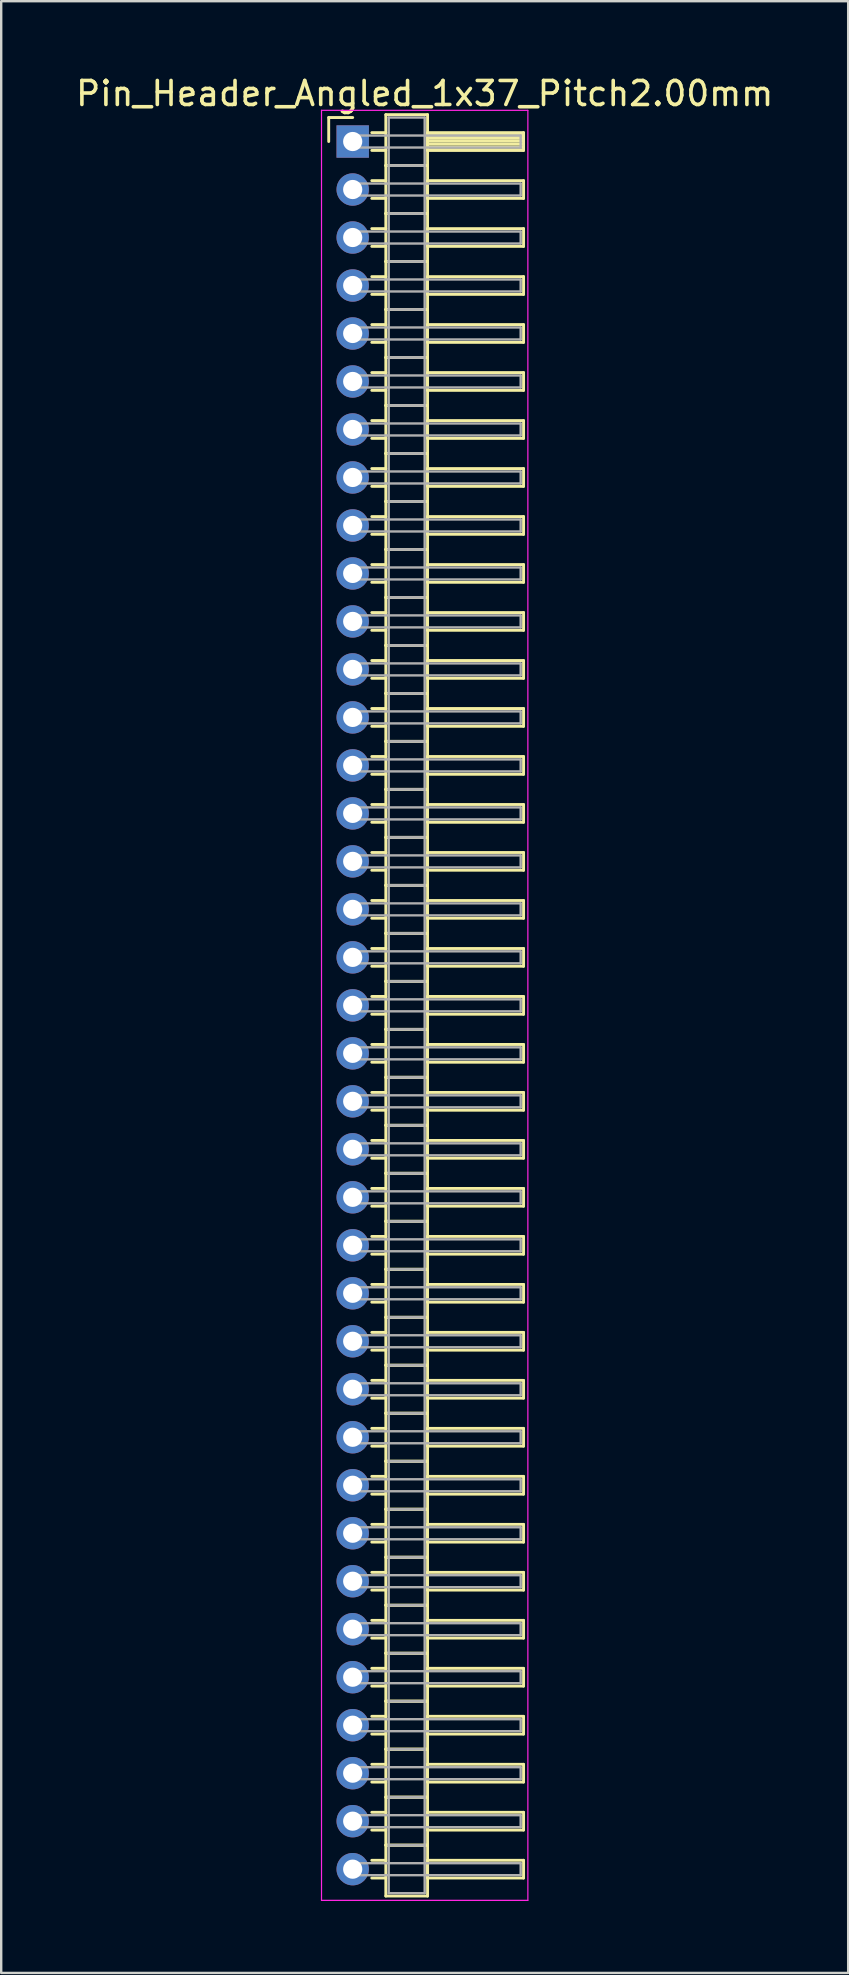
<source format=kicad_pcb>
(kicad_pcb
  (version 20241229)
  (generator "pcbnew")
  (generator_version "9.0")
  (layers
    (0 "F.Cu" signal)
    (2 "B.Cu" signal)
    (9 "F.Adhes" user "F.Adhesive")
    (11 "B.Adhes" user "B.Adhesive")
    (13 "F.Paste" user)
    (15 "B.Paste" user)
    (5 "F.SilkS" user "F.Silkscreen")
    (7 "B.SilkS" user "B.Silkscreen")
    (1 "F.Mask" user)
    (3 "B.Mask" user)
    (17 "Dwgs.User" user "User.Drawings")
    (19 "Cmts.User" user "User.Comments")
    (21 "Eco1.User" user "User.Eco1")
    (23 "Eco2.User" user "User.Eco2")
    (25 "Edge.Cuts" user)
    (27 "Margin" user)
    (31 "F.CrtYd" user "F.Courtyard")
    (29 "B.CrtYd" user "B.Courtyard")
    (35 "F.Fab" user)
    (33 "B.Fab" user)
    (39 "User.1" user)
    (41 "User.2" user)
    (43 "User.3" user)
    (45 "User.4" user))
  (footprint "Pin_Header_Angled_1x37_Pitch2.00mm"
    (layer "F.Cu")
    (at 11.649 2.848)
    (property "Reference" "Pin_Header_Angled_1x37_Pitch2.00mm" (at 3 -2 0) (layer "F.SilkS") (effects (font (size 1 1) (thickness 0.15))))
    (attr through_hole)
    (fp_line (start -1 -1) (end 0 -1) (stroke (width 0.12) (type solid)) (layer "F.SilkS"))
    (fp_line (start -1 0) (end -1 -1) (stroke (width 0.12) (type solid)) (layer "F.SilkS"))
    (fp_line (start 0.795 -0.37) (end 1.38 -0.37) (stroke (width 0.12) (type solid)) (layer "F.SilkS"))
    (fp_line (start 0.795 0.37) (end 1.38 0.37) (stroke (width 0.12) (type solid)) (layer "F.SilkS"))
    (fp_line (start 0.795 1.63) (end 1.38 1.63) (stroke (width 0.12) (type solid)) (layer "F.SilkS"))
    (fp_line (start 0.795 2.37) (end 1.38 2.37) (stroke (width 0.12) (type solid)) (layer "F.SilkS"))
    (fp_line (start 0.795 3.63) (end 1.38 3.63) (stroke (width 0.12) (type solid)) (layer "F.SilkS"))
    (fp_line (start 0.795 4.37) (end 1.38 4.37) (stroke (width 0.12) (type solid)) (layer "F.SilkS"))
    (fp_line (start 0.795 5.63) (end 1.38 5.63) (stroke (width 0.12) (type solid)) (layer "F.SilkS"))
    (fp_line (start 0.795 6.37) (end 1.38 6.37) (stroke (width 0.12) (type solid)) (layer "F.SilkS"))
    (fp_line (start 0.795 7.63) (end 1.38 7.63) (stroke (width 0.12) (type solid)) (layer "F.SilkS"))
    (fp_line (start 0.795 8.37) (end 1.38 8.37) (stroke (width 0.12) (type solid)) (layer "F.SilkS"))
    (fp_line (start 0.795 9.63) (end 1.38 9.63) (stroke (width 0.12) (type solid)) (layer "F.SilkS"))
    (fp_line (start 0.795 10.37) (end 1.38 10.37) (stroke (width 0.12) (type solid)) (layer "F.SilkS"))
    (fp_line (start 0.795 11.63) (end 1.38 11.63) (stroke (width 0.12) (type solid)) (layer "F.SilkS"))
    (fp_line (start 0.795 12.37) (end 1.38 12.37) (stroke (width 0.12) (type solid)) (layer "F.SilkS"))
    (fp_line (start 0.795 13.63) (end 1.38 13.63) (stroke (width 0.12) (type solid)) (layer "F.SilkS"))
    (fp_line (start 0.795 14.37) (end 1.38 14.37) (stroke (width 0.12) (type solid)) (layer "F.SilkS"))
    (fp_line (start 0.795 15.63) (end 1.38 15.63) (stroke (width 0.12) (type solid)) (layer "F.SilkS"))
    (fp_line (start 0.795 16.37) (end 1.38 16.37) (stroke (width 0.12) (type solid)) (layer "F.SilkS"))
    (fp_line (start 0.795 17.63) (end 1.38 17.63) (stroke (width 0.12) (type solid)) (layer "F.SilkS"))
    (fp_line (start 0.795 18.37) (end 1.38 18.37) (stroke (width 0.12) (type solid)) (layer "F.SilkS"))
    (fp_line (start 0.795 19.63) (end 1.38 19.63) (stroke (width 0.12) (type solid)) (layer "F.SilkS"))
    (fp_line (start 0.795 20.37) (end 1.38 20.37) (stroke (width 0.12) (type solid)) (layer "F.SilkS"))
    (fp_line (start 0.795 21.63) (end 1.38 21.63) (stroke (width 0.12) (type solid)) (layer "F.SilkS"))
    (fp_line (start 0.795 22.37) (end 1.38 22.37) (stroke (width 0.12) (type solid)) (layer "F.SilkS"))
    (fp_line (start 0.795 23.63) (end 1.38 23.63) (stroke (width 0.12) (type solid)) (layer "F.SilkS"))
    (fp_line (start 0.795 24.37) (end 1.38 24.37) (stroke (width 0.12) (type solid)) (layer "F.SilkS"))
    (fp_line (start 0.795 25.63) (end 1.38 25.63) (stroke (width 0.12) (type solid)) (layer "F.SilkS"))
    (fp_line (start 0.795 26.37) (end 1.38 26.37) (stroke (width 0.12) (type solid)) (layer "F.SilkS"))
    (fp_line (start 0.795 27.63) (end 1.38 27.63) (stroke (width 0.12) (type solid)) (layer "F.SilkS"))
    (fp_line (start 0.795 28.37) (end 1.38 28.37) (stroke (width 0.12) (type solid)) (layer "F.SilkS"))
    (fp_line (start 0.795 29.63) (end 1.38 29.63) (stroke (width 0.12) (type solid)) (layer "F.SilkS"))
    (fp_line (start 0.795 30.37) (end 1.38 30.37) (stroke (width 0.12) (type solid)) (layer "F.SilkS"))
    (fp_line (start 0.795 31.63) (end 1.38 31.63) (stroke (width 0.12) (type solid)) (layer "F.SilkS"))
    (fp_line (start 0.795 32.37) (end 1.38 32.37) (stroke (width 0.12) (type solid)) (layer "F.SilkS"))
    (fp_line (start 0.795 33.63) (end 1.38 33.63) (stroke (width 0.12) (type solid)) (layer "F.SilkS"))
    (fp_line (start 0.795 34.37) (end 1.38 34.37) (stroke (width 0.12) (type solid)) (layer "F.SilkS"))
    (fp_line (start 0.795 35.63) (end 1.38 35.63) (stroke (width 0.12) (type solid)) (layer "F.SilkS"))
    (fp_line (start 0.795 36.37) (end 1.38 36.37) (stroke (width 0.12) (type solid)) (layer "F.SilkS"))
    (fp_line (start 0.795 37.63) (end 1.38 37.63) (stroke (width 0.12) (type solid)) (layer "F.SilkS"))
    (fp_line (start 0.795 38.37) (end 1.38 38.37) (stroke (width 0.12) (type solid)) (layer "F.SilkS"))
    (fp_line (start 0.795 39.63) (end 1.38 39.63) (stroke (width 0.12) (type solid)) (layer "F.SilkS"))
    (fp_line (start 0.795 40.37) (end 1.38 40.37) (stroke (width 0.12) (type solid)) (layer "F.SilkS"))
    (fp_line (start 0.795 41.63) (end 1.38 41.63) (stroke (width 0.12) (type solid)) (layer "F.SilkS"))
    (fp_line (start 0.795 42.37) (end 1.38 42.37) (stroke (width 0.12) (type solid)) (layer "F.SilkS"))
    (fp_line (start 0.795 43.63) (end 1.38 43.63) (stroke (width 0.12) (type solid)) (layer "F.SilkS"))
    (fp_line (start 0.795 44.37) (end 1.38 44.37) (stroke (width 0.12) (type solid)) (layer "F.SilkS"))
    (fp_line (start 0.795 45.63) (end 1.38 45.63) (stroke (width 0.12) (type solid)) (layer "F.SilkS"))
    (fp_line (start 0.795 46.37) (end 1.38 46.37) (stroke (width 0.12) (type solid)) (layer "F.SilkS"))
    (fp_line (start 0.795 47.63) (end 1.38 47.63) (stroke (width 0.12) (type solid)) (layer "F.SilkS"))
    (fp_line (start 0.795 48.37) (end 1.38 48.37) (stroke (width 0.12) (type solid)) (layer "F.SilkS"))
    (fp_line (start 0.795 49.63) (end 1.38 49.63) (stroke (width 0.12) (type solid)) (layer "F.SilkS"))
    (fp_line (start 0.795 50.37) (end 1.38 50.37) (stroke (width 0.12) (type solid)) (layer "F.SilkS"))
    (fp_line (start 0.795 51.63) (end 1.38 51.63) (stroke (width 0.12) (type solid)) (layer "F.SilkS"))
    (fp_line (start 0.795 52.37) (end 1.38 52.37) (stroke (width 0.12) (type solid)) (layer "F.SilkS"))
    (fp_line (start 0.795 53.63) (end 1.38 53.63) (stroke (width 0.12) (type solid)) (layer "F.SilkS"))
    (fp_line (start 0.795 54.37) (end 1.38 54.37) (stroke (width 0.12) (type solid)) (layer "F.SilkS"))
    (fp_line (start 0.795 55.63) (end 1.38 55.63) (stroke (width 0.12) (type solid)) (layer "F.SilkS"))
    (fp_line (start 0.795 56.37) (end 1.38 56.37) (stroke (width 0.12) (type solid)) (layer "F.SilkS"))
    (fp_line (start 0.795 57.63) (end 1.38 57.63) (stroke (width 0.12) (type solid)) (layer "F.SilkS"))
    (fp_line (start 0.795 58.37) (end 1.38 58.37) (stroke (width 0.12) (type solid)) (layer "F.SilkS"))
    (fp_line (start 0.795 59.63) (end 1.38 59.63) (stroke (width 0.12) (type solid)) (layer "F.SilkS"))
    (fp_line (start 0.795 60.37) (end 1.38 60.37) (stroke (width 0.12) (type solid)) (layer "F.SilkS"))
    (fp_line (start 0.795 61.63) (end 1.38 61.63) (stroke (width 0.12) (type solid)) (layer "F.SilkS"))
    (fp_line (start 0.795 62.37) (end 1.38 62.37) (stroke (width 0.12) (type solid)) (layer "F.SilkS"))
    (fp_line (start 0.795 63.63) (end 1.38 63.63) (stroke (width 0.12) (type solid)) (layer "F.SilkS"))
    (fp_line (start 0.795 64.37) (end 1.38 64.37) (stroke (width 0.12) (type solid)) (layer "F.SilkS"))
    (fp_line (start 0.795 65.63) (end 1.38 65.63) (stroke (width 0.12) (type solid)) (layer "F.SilkS"))
    (fp_line (start 0.795 66.37) (end 1.38 66.37) (stroke (width 0.12) (type solid)) (layer "F.SilkS"))
    (fp_line (start 0.795 67.63) (end 1.38 67.63) (stroke (width 0.12) (type solid)) (layer "F.SilkS"))
    (fp_line (start 0.795 68.37) (end 1.38 68.37) (stroke (width 0.12) (type solid)) (layer "F.SilkS"))
    (fp_line (start 0.795 69.63) (end 1.38 69.63) (stroke (width 0.12) (type solid)) (layer "F.SilkS"))
    (fp_line (start 0.795 70.37) (end 1.38 70.37) (stroke (width 0.12) (type solid)) (layer "F.SilkS"))
    (fp_line (start 0.795 71.63) (end 1.38 71.63) (stroke (width 0.12) (type solid)) (layer "F.SilkS"))
    (fp_line (start 0.795 72.37) (end 1.38 72.37) (stroke (width 0.12) (type solid)) (layer "F.SilkS"))
    (fp_line (start 1.38 -1.12) (end 1.38 1) (stroke (width 0.12) (type solid)) (layer "F.SilkS"))
    (fp_line (start 1.38 1) (end 1.38 3) (stroke (width 0.12) (type solid)) (layer "F.SilkS"))
    (fp_line (start 1.38 1) (end 3.12 1) (stroke (width 0.12) (type solid)) (layer "F.SilkS"))
    (fp_line (start 1.38 3) (end 1.38 5) (stroke (width 0.12) (type solid)) (layer "F.SilkS"))
    (fp_line (start 1.38 3) (end 3.12 3) (stroke (width 0.12) (type solid)) (layer "F.SilkS"))
    (fp_line (start 1.38 5) (end 1.38 7) (stroke (width 0.12) (type solid)) (layer "F.SilkS"))
    (fp_line (start 1.38 5) (end 3.12 5) (stroke (width 0.12) (type solid)) (layer "F.SilkS"))
    (fp_line (start 1.38 7) (end 1.38 9) (stroke (width 0.12) (type solid)) (layer "F.SilkS"))
    (fp_line (start 1.38 7) (end 3.12 7) (stroke (width 0.12) (type solid)) (layer "F.SilkS"))
    (fp_line (start 1.38 9) (end 1.38 11) (stroke (width 0.12) (type solid)) (layer "F.SilkS"))
    (fp_line (start 1.38 9) (end 3.12 9) (stroke (width 0.12) (type solid)) (layer "F.SilkS"))
    (fp_line (start 1.38 11) (end 1.38 13) (stroke (width 0.12) (type solid)) (layer "F.SilkS"))
    (fp_line (start 1.38 11) (end 3.12 11) (stroke (width 0.12) (type solid)) (layer "F.SilkS"))
    (fp_line (start 1.38 13) (end 1.38 15) (stroke (width 0.12) (type solid)) (layer "F.SilkS"))
    (fp_line (start 1.38 13) (end 3.12 13) (stroke (width 0.12) (type solid)) (layer "F.SilkS"))
    (fp_line (start 1.38 15) (end 1.38 17) (stroke (width 0.12) (type solid)) (layer "F.SilkS"))
    (fp_line (start 1.38 15) (end 3.12 15) (stroke (width 0.12) (type solid)) (layer "F.SilkS"))
    (fp_line (start 1.38 17) (end 1.38 19) (stroke (width 0.12) (type solid)) (layer "F.SilkS"))
    (fp_line (start 1.38 17) (end 3.12 17) (stroke (width 0.12) (type solid)) (layer "F.SilkS"))
    (fp_line (start 1.38 19) (end 1.38 21) (stroke (width 0.12) (type solid)) (layer "F.SilkS"))
    (fp_line (start 1.38 19) (end 3.12 19) (stroke (width 0.12) (type solid)) (layer "F.SilkS"))
    (fp_line (start 1.38 21) (end 1.38 23) (stroke (width 0.12) (type solid)) (layer "F.SilkS"))
    (fp_line (start 1.38 21) (end 3.12 21) (stroke (width 0.12) (type solid)) (layer "F.SilkS"))
    (fp_line (start 1.38 23) (end 1.38 25) (stroke (width 0.12) (type solid)) (layer "F.SilkS"))
    (fp_line (start 1.38 23) (end 3.12 23) (stroke (width 0.12) (type solid)) (layer "F.SilkS"))
    (fp_line (start 1.38 25) (end 1.38 27) (stroke (width 0.12) (type solid)) (layer "F.SilkS"))
    (fp_line (start 1.38 25) (end 3.12 25) (stroke (width 0.12) (type solid)) (layer "F.SilkS"))
    (fp_line (start 1.38 27) (end 1.38 29) (stroke (width 0.12) (type solid)) (layer "F.SilkS"))
    (fp_line (start 1.38 27) (end 3.12 27) (stroke (width 0.12) (type solid)) (layer "F.SilkS"))
    (fp_line (start 1.38 29) (end 1.38 31) (stroke (width 0.12) (type solid)) (layer "F.SilkS"))
    (fp_line (start 1.38 29) (end 3.12 29) (stroke (width 0.12) (type solid)) (layer "F.SilkS"))
    (fp_line (start 1.38 31) (end 1.38 33) (stroke (width 0.12) (type solid)) (layer "F.SilkS"))
    (fp_line (start 1.38 31) (end 3.12 31) (stroke (width 0.12) (type solid)) (layer "F.SilkS"))
    (fp_line (start 1.38 33) (end 1.38 35) (stroke (width 0.12) (type solid)) (layer "F.SilkS"))
    (fp_line (start 1.38 33) (end 3.12 33) (stroke (width 0.12) (type solid)) (layer "F.SilkS"))
    (fp_line (start 1.38 35) (end 1.38 37) (stroke (width 0.12) (type solid)) (layer "F.SilkS"))
    (fp_line (start 1.38 35) (end 3.12 35) (stroke (width 0.12) (type solid)) (layer "F.SilkS"))
    (fp_line (start 1.38 37) (end 1.38 39) (stroke (width 0.12) (type solid)) (layer "F.SilkS"))
    (fp_line (start 1.38 37) (end 3.12 37) (stroke (width 0.12) (type solid)) (layer "F.SilkS"))
    (fp_line (start 1.38 39) (end 1.38 41) (stroke (width 0.12) (type solid)) (layer "F.SilkS"))
    (fp_line (start 1.38 39) (end 3.12 39) (stroke (width 0.12) (type solid)) (layer "F.SilkS"))
    (fp_line (start 1.38 41) (end 1.38 43) (stroke (width 0.12) (type solid)) (layer "F.SilkS"))
    (fp_line (start 1.38 41) (end 3.12 41) (stroke (width 0.12) (type solid)) (layer "F.SilkS"))
    (fp_line (start 1.38 43) (end 1.38 45) (stroke (width 0.12) (type solid)) (layer "F.SilkS"))
    (fp_line (start 1.38 43) (end 3.12 43) (stroke (width 0.12) (type solid)) (layer "F.SilkS"))
    (fp_line (start 1.38 45) (end 1.38 47) (stroke (width 0.12) (type solid)) (layer "F.SilkS"))
    (fp_line (start 1.38 45) (end 3.12 45) (stroke (width 0.12) (type solid)) (layer "F.SilkS"))
    (fp_line (start 1.38 47) (end 1.38 49) (stroke (width 0.12) (type solid)) (layer "F.SilkS"))
    (fp_line (start 1.38 47) (end 3.12 47) (stroke (width 0.12) (type solid)) (layer "F.SilkS"))
    (fp_line (start 1.38 49) (end 1.38 51) (stroke (width 0.12) (type solid)) (layer "F.SilkS"))
    (fp_line (start 1.38 49) (end 3.12 49) (stroke (width 0.12) (type solid)) (layer "F.SilkS"))
    (fp_line (start 1.38 51) (end 1.38 53) (stroke (width 0.12) (type solid)) (layer "F.SilkS"))
    (fp_line (start 1.38 51) (end 3.12 51) (stroke (width 0.12) (type solid)) (layer "F.SilkS"))
    (fp_line (start 1.38 53) (end 1.38 55) (stroke (width 0.12) (type solid)) (layer "F.SilkS"))
    (fp_line (start 1.38 53) (end 3.12 53) (stroke (width 0.12) (type solid)) (layer "F.SilkS"))
    (fp_line (start 1.38 55) (end 1.38 57) (stroke (width 0.12) (type solid)) (layer "F.SilkS"))
    (fp_line (start 1.38 55) (end 3.12 55) (stroke (width 0.12) (type solid)) (layer "F.SilkS"))
    (fp_line (start 1.38 57) (end 1.38 59) (stroke (width 0.12) (type solid)) (layer "F.SilkS"))
    (fp_line (start 1.38 57) (end 3.12 57) (stroke (width 0.12) (type solid)) (layer "F.SilkS"))
    (fp_line (start 1.38 59) (end 1.38 61) (stroke (width 0.12) (type solid)) (layer "F.SilkS"))
    (fp_line (start 1.38 59) (end 3.12 59) (stroke (width 0.12) (type solid)) (layer "F.SilkS"))
    (fp_line (start 1.38 61) (end 1.38 63) (stroke (width 0.12) (type solid)) (layer "F.SilkS"))
    (fp_line (start 1.38 61) (end 3.12 61) (stroke (width 0.12) (type solid)) (layer "F.SilkS"))
    (fp_line (start 1.38 63) (end 1.38 65) (stroke (width 0.12) (type solid)) (layer "F.SilkS"))
    (fp_line (start 1.38 63) (end 3.12 63) (stroke (width 0.12) (type solid)) (layer "F.SilkS"))
    (fp_line (start 1.38 65) (end 1.38 67) (stroke (width 0.12) (type solid)) (layer "F.SilkS"))
    (fp_line (start 1.38 65) (end 3.12 65) (stroke (width 0.12) (type solid)) (layer "F.SilkS"))
    (fp_line (start 1.38 67) (end 1.38 69) (stroke (width 0.12) (type solid)) (layer "F.SilkS"))
    (fp_line (start 1.38 67) (end 3.12 67) (stroke (width 0.12) (type solid)) (layer "F.SilkS"))
    (fp_line (start 1.38 69) (end 1.38 71) (stroke (width 0.12) (type solid)) (layer "F.SilkS"))
    (fp_line (start 1.38 69) (end 3.12 69) (stroke (width 0.12) (type solid)) (layer "F.SilkS"))
    (fp_line (start 1.38 71) (end 1.38 73.12) (stroke (width 0.12) (type solid)) (layer "F.SilkS"))
    (fp_line (start 1.38 71) (end 3.12 71) (stroke (width 0.12) (type solid)) (layer "F.SilkS"))
    (fp_line (start 1.38 73.12) (end 3.12 73.12) (stroke (width 0.12) (type solid)) (layer "F.SilkS"))
    (fp_line (start 3.12 -1.12) (end 1.38 -1.12) (stroke (width 0.12) (type solid)) (layer "F.SilkS"))
    (fp_line (start 3.12 -0.37) (end 3.12 0.37) (stroke (width 0.12) (type solid)) (layer "F.SilkS"))
    (fp_line (start 3.12 -0.25) (end 7.12 -0.25) (stroke (width 0.12) (type solid)) (layer "F.SilkS"))
    (fp_line (start 3.12 -0.13) (end 7.12 -0.13) (stroke (width 0.12) (type solid)) (layer "F.SilkS"))
    (fp_line (start 3.12 -0.01) (end 7.12 -0.01) (stroke (width 0.12) (type solid)) (layer "F.SilkS"))
    (fp_line (start 3.12 0.11) (end 7.12 0.11) (stroke (width 0.12) (type solid)) (layer "F.SilkS"))
    (fp_line (start 3.12 0.23) (end 7.12 0.23) (stroke (width 0.12) (type solid)) (layer "F.SilkS"))
    (fp_line (start 3.12 0.35) (end 7.12 0.35) (stroke (width 0.12) (type solid)) (layer "F.SilkS"))
    (fp_line (start 3.12 0.37) (end 7.12 0.37) (stroke (width 0.12) (type solid)) (layer "F.SilkS"))
    (fp_line (start 3.12 1) (end 1.38 1) (stroke (width 0.12) (type solid)) (layer "F.SilkS"))
    (fp_line (start 3.12 1) (end 3.12 -1.12) (stroke (width 0.12) (type solid)) (layer "F.SilkS"))
    (fp_line (start 3.12 1.63) (end 3.12 2.37) (stroke (width 0.12) (type solid)) (layer "F.SilkS"))
    (fp_line (start 3.12 2.37) (end 7.12 2.37) (stroke (width 0.12) (type solid)) (layer "F.SilkS"))
    (fp_line (start 3.12 3) (end 1.38 3) (stroke (width 0.12) (type solid)) (layer "F.SilkS"))
    (fp_line (start 3.12 3) (end 3.12 1) (stroke (width 0.12) (type solid)) (layer "F.SilkS"))
    (fp_line (start 3.12 3.63) (end 3.12 4.37) (stroke (width 0.12) (type solid)) (layer "F.SilkS"))
    (fp_line (start 3.12 4.37) (end 7.12 4.37) (stroke (width 0.12) (type solid)) (layer "F.SilkS"))
    (fp_line (start 3.12 5) (end 1.38 5) (stroke (width 0.12) (type solid)) (layer "F.SilkS"))
    (fp_line (start 3.12 5) (end 3.12 3) (stroke (width 0.12) (type solid)) (layer "F.SilkS"))
    (fp_line (start 3.12 5.63) (end 3.12 6.37) (stroke (width 0.12) (type solid)) (layer "F.SilkS"))
    (fp_line (start 3.12 6.37) (end 7.12 6.37) (stroke (width 0.12) (type solid)) (layer "F.SilkS"))
    (fp_line (start 3.12 7) (end 1.38 7) (stroke (width 0.12) (type solid)) (layer "F.SilkS"))
    (fp_line (start 3.12 7) (end 3.12 5) (stroke (width 0.12) (type solid)) (layer "F.SilkS"))
    (fp_line (start 3.12 7.63) (end 3.12 8.37) (stroke (width 0.12) (type solid)) (layer "F.SilkS"))
    (fp_line (start 3.12 8.37) (end 7.12 8.37) (stroke (width 0.12) (type solid)) (layer "F.SilkS"))
    (fp_line (start 3.12 9) (end 1.38 9) (stroke (width 0.12) (type solid)) (layer "F.SilkS"))
    (fp_line (start 3.12 9) (end 3.12 7) (stroke (width 0.12) (type solid)) (layer "F.SilkS"))
    (fp_line (start 3.12 9.63) (end 3.12 10.37) (stroke (width 0.12) (type solid)) (layer "F.SilkS"))
    (fp_line (start 3.12 10.37) (end 7.12 10.37) (stroke (width 0.12) (type solid)) (layer "F.SilkS"))
    (fp_line (start 3.12 11) (end 1.38 11) (stroke (width 0.12) (type solid)) (layer "F.SilkS"))
    (fp_line (start 3.12 11) (end 3.12 9) (stroke (width 0.12) (type solid)) (layer "F.SilkS"))
    (fp_line (start 3.12 11.63) (end 3.12 12.37) (stroke (width 0.12) (type solid)) (layer "F.SilkS"))
    (fp_line (start 3.12 12.37) (end 7.12 12.37) (stroke (width 0.12) (type solid)) (layer "F.SilkS"))
    (fp_line (start 3.12 13) (end 1.38 13) (stroke (width 0.12) (type solid)) (layer "F.SilkS"))
    (fp_line (start 3.12 13) (end 3.12 11) (stroke (width 0.12) (type solid)) (layer "F.SilkS"))
    (fp_line (start 3.12 13.63) (end 3.12 14.37) (stroke (width 0.12) (type solid)) (layer "F.SilkS"))
    (fp_line (start 3.12 14.37) (end 7.12 14.37) (stroke (width 0.12) (type solid)) (layer "F.SilkS"))
    (fp_line (start 3.12 15) (end 1.38 15) (stroke (width 0.12) (type solid)) (layer "F.SilkS"))
    (fp_line (start 3.12 15) (end 3.12 13) (stroke (width 0.12) (type solid)) (layer "F.SilkS"))
    (fp_line (start 3.12 15.63) (end 3.12 16.37) (stroke (width 0.12) (type solid)) (layer "F.SilkS"))
    (fp_line (start 3.12 16.37) (end 7.12 16.37) (stroke (width 0.12) (type solid)) (layer "F.SilkS"))
    (fp_line (start 3.12 17) (end 1.38 17) (stroke (width 0.12) (type solid)) (layer "F.SilkS"))
    (fp_line (start 3.12 17) (end 3.12 15) (stroke (width 0.12) (type solid)) (layer "F.SilkS"))
    (fp_line (start 3.12 17.63) (end 3.12 18.37) (stroke (width 0.12) (type solid)) (layer "F.SilkS"))
    (fp_line (start 3.12 18.37) (end 7.12 18.37) (stroke (width 0.12) (type solid)) (layer "F.SilkS"))
    (fp_line (start 3.12 19) (end 1.38 19) (stroke (width 0.12) (type solid)) (layer "F.SilkS"))
    (fp_line (start 3.12 19) (end 3.12 17) (stroke (width 0.12) (type solid)) (layer "F.SilkS"))
    (fp_line (start 3.12 19.63) (end 3.12 20.37) (stroke (width 0.12) (type solid)) (layer "F.SilkS"))
    (fp_line (start 3.12 20.37) (end 7.12 20.37) (stroke (width 0.12) (type solid)) (layer "F.SilkS"))
    (fp_line (start 3.12 21) (end 1.38 21) (stroke (width 0.12) (type solid)) (layer "F.SilkS"))
    (fp_line (start 3.12 21) (end 3.12 19) (stroke (width 0.12) (type solid)) (layer "F.SilkS"))
    (fp_line (start 3.12 21.63) (end 3.12 22.37) (stroke (width 0.12) (type solid)) (layer "F.SilkS"))
    (fp_line (start 3.12 22.37) (end 7.12 22.37) (stroke (width 0.12) (type solid)) (layer "F.SilkS"))
    (fp_line (start 3.12 23) (end 1.38 23) (stroke (width 0.12) (type solid)) (layer "F.SilkS"))
    (fp_line (start 3.12 23) (end 3.12 21) (stroke (width 0.12) (type solid)) (layer "F.SilkS"))
    (fp_line (start 3.12 23.63) (end 3.12 24.37) (stroke (width 0.12) (type solid)) (layer "F.SilkS"))
    (fp_line (start 3.12 24.37) (end 7.12 24.37) (stroke (width 0.12) (type solid)) (layer "F.SilkS"))
    (fp_line (start 3.12 25) (end 1.38 25) (stroke (width 0.12) (type solid)) (layer "F.SilkS"))
    (fp_line (start 3.12 25) (end 3.12 23) (stroke (width 0.12) (type solid)) (layer "F.SilkS"))
    (fp_line (start 3.12 25.63) (end 3.12 26.37) (stroke (width 0.12) (type solid)) (layer "F.SilkS"))
    (fp_line (start 3.12 26.37) (end 7.12 26.37) (stroke (width 0.12) (type solid)) (layer "F.SilkS"))
    (fp_line (start 3.12 27) (end 1.38 27) (stroke (width 0.12) (type solid)) (layer "F.SilkS"))
    (fp_line (start 3.12 27) (end 3.12 25) (stroke (width 0.12) (type solid)) (layer "F.SilkS"))
    (fp_line (start 3.12 27.63) (end 3.12 28.37) (stroke (width 0.12) (type solid)) (layer "F.SilkS"))
    (fp_line (start 3.12 28.37) (end 7.12 28.37) (stroke (width 0.12) (type solid)) (layer "F.SilkS"))
    (fp_line (start 3.12 29) (end 1.38 29) (stroke (width 0.12) (type solid)) (layer "F.SilkS"))
    (fp_line (start 3.12 29) (end 3.12 27) (stroke (width 0.12) (type solid)) (layer "F.SilkS"))
    (fp_line (start 3.12 29.63) (end 3.12 30.37) (stroke (width 0.12) (type solid)) (layer "F.SilkS"))
    (fp_line (start 3.12 30.37) (end 7.12 30.37) (stroke (width 0.12) (type solid)) (layer "F.SilkS"))
    (fp_line (start 3.12 31) (end 1.38 31) (stroke (width 0.12) (type solid)) (layer "F.SilkS"))
    (fp_line (start 3.12 31) (end 3.12 29) (stroke (width 0.12) (type solid)) (layer "F.SilkS"))
    (fp_line (start 3.12 31.63) (end 3.12 32.37) (stroke (width 0.12) (type solid)) (layer "F.SilkS"))
    (fp_line (start 3.12 32.37) (end 7.12 32.37) (stroke (width 0.12) (type solid)) (layer "F.SilkS"))
    (fp_line (start 3.12 33) (end 1.38 33) (stroke (width 0.12) (type solid)) (layer "F.SilkS"))
    (fp_line (start 3.12 33) (end 3.12 31) (stroke (width 0.12) (type solid)) (layer "F.SilkS"))
    (fp_line (start 3.12 33.63) (end 3.12 34.37) (stroke (width 0.12) (type solid)) (layer "F.SilkS"))
    (fp_line (start 3.12 34.37) (end 7.12 34.37) (stroke (width 0.12) (type solid)) (layer "F.SilkS"))
    (fp_line (start 3.12 35) (end 1.38 35) (stroke (width 0.12) (type solid)) (layer "F.SilkS"))
    (fp_line (start 3.12 35) (end 3.12 33) (stroke (width 0.12) (type solid)) (layer "F.SilkS"))
    (fp_line (start 3.12 35.63) (end 3.12 36.37) (stroke (width 0.12) (type solid)) (layer "F.SilkS"))
    (fp_line (start 3.12 36.37) (end 7.12 36.37) (stroke (width 0.12) (type solid)) (layer "F.SilkS"))
    (fp_line (start 3.12 37) (end 1.38 37) (stroke (width 0.12) (type solid)) (layer "F.SilkS"))
    (fp_line (start 3.12 37) (end 3.12 35) (stroke (width 0.12) (type solid)) (layer "F.SilkS"))
    (fp_line (start 3.12 37.63) (end 3.12 38.37) (stroke (width 0.12) (type solid)) (layer "F.SilkS"))
    (fp_line (start 3.12 38.37) (end 7.12 38.37) (stroke (width 0.12) (type solid)) (layer "F.SilkS"))
    (fp_line (start 3.12 39) (end 1.38 39) (stroke (width 0.12) (type solid)) (layer "F.SilkS"))
    (fp_line (start 3.12 39) (end 3.12 37) (stroke (width 0.12) (type solid)) (layer "F.SilkS"))
    (fp_line (start 3.12 39.63) (end 3.12 40.37) (stroke (width 0.12) (type solid)) (layer "F.SilkS"))
    (fp_line (start 3.12 40.37) (end 7.12 40.37) (stroke (width 0.12) (type solid)) (layer "F.SilkS"))
    (fp_line (start 3.12 41) (end 1.38 41) (stroke (width 0.12) (type solid)) (layer "F.SilkS"))
    (fp_line (start 3.12 41) (end 3.12 39) (stroke (width 0.12) (type solid)) (layer "F.SilkS"))
    (fp_line (start 3.12 41.63) (end 3.12 42.37) (stroke (width 0.12) (type solid)) (layer "F.SilkS"))
    (fp_line (start 3.12 42.37) (end 7.12 42.37) (stroke (width 0.12) (type solid)) (layer "F.SilkS"))
    (fp_line (start 3.12 43) (end 1.38 43) (stroke (width 0.12) (type solid)) (layer "F.SilkS"))
    (fp_line (start 3.12 43) (end 3.12 41) (stroke (width 0.12) (type solid)) (layer "F.SilkS"))
    (fp_line (start 3.12 43.63) (end 3.12 44.37) (stroke (width 0.12) (type solid)) (layer "F.SilkS"))
    (fp_line (start 3.12 44.37) (end 7.12 44.37) (stroke (width 0.12) (type solid)) (layer "F.SilkS"))
    (fp_line (start 3.12 45) (end 1.38 45) (stroke (width 0.12) (type solid)) (layer "F.SilkS"))
    (fp_line (start 3.12 45) (end 3.12 43) (stroke (width 0.12) (type solid)) (layer "F.SilkS"))
    (fp_line (start 3.12 45.63) (end 3.12 46.37) (stroke (width 0.12) (type solid)) (layer "F.SilkS"))
    (fp_line (start 3.12 46.37) (end 7.12 46.37) (stroke (width 0.12) (type solid)) (layer "F.SilkS"))
    (fp_line (start 3.12 47) (end 1.38 47) (stroke (width 0.12) (type solid)) (layer "F.SilkS"))
    (fp_line (start 3.12 47) (end 3.12 45) (stroke (width 0.12) (type solid)) (layer "F.SilkS"))
    (fp_line (start 3.12 47.63) (end 3.12 48.37) (stroke (width 0.12) (type solid)) (layer "F.SilkS"))
    (fp_line (start 3.12 48.37) (end 7.12 48.37) (stroke (width 0.12) (type solid)) (layer "F.SilkS"))
    (fp_line (start 3.12 49) (end 1.38 49) (stroke (width 0.12) (type solid)) (layer "F.SilkS"))
    (fp_line (start 3.12 49) (end 3.12 47) (stroke (width 0.12) (type solid)) (layer "F.SilkS"))
    (fp_line (start 3.12 49.63) (end 3.12 50.37) (stroke (width 0.12) (type solid)) (layer "F.SilkS"))
    (fp_line (start 3.12 50.37) (end 7.12 50.37) (stroke (width 0.12) (type solid)) (layer "F.SilkS"))
    (fp_line (start 3.12 51) (end 1.38 51) (stroke (width 0.12) (type solid)) (layer "F.SilkS"))
    (fp_line (start 3.12 51) (end 3.12 49) (stroke (width 0.12) (type solid)) (layer "F.SilkS"))
    (fp_line (start 3.12 51.63) (end 3.12 52.37) (stroke (width 0.12) (type solid)) (layer "F.SilkS"))
    (fp_line (start 3.12 52.37) (end 7.12 52.37) (stroke (width 0.12) (type solid)) (layer "F.SilkS"))
    (fp_line (start 3.12 53) (end 1.38 53) (stroke (width 0.12) (type solid)) (layer "F.SilkS"))
    (fp_line (start 3.12 53) (end 3.12 51) (stroke (width 0.12) (type solid)) (layer "F.SilkS"))
    (fp_line (start 3.12 53.63) (end 3.12 54.37) (stroke (width 0.12) (type solid)) (layer "F.SilkS"))
    (fp_line (start 3.12 54.37) (end 7.12 54.37) (stroke (width 0.12) (type solid)) (layer "F.SilkS"))
    (fp_line (start 3.12 55) (end 1.38 55) (stroke (width 0.12) (type solid)) (layer "F.SilkS"))
    (fp_line (start 3.12 55) (end 3.12 53) (stroke (width 0.12) (type solid)) (layer "F.SilkS"))
    (fp_line (start 3.12 55.63) (end 3.12 56.37) (stroke (width 0.12) (type solid)) (layer "F.SilkS"))
    (fp_line (start 3.12 56.37) (end 7.12 56.37) (stroke (width 0.12) (type solid)) (layer "F.SilkS"))
    (fp_line (start 3.12 57) (end 1.38 57) (stroke (width 0.12) (type solid)) (layer "F.SilkS"))
    (fp_line (start 3.12 57) (end 3.12 55) (stroke (width 0.12) (type solid)) (layer "F.SilkS"))
    (fp_line (start 3.12 57.63) (end 3.12 58.37) (stroke (width 0.12) (type solid)) (layer "F.SilkS"))
    (fp_line (start 3.12 58.37) (end 7.12 58.37) (stroke (width 0.12) (type solid)) (layer "F.SilkS"))
    (fp_line (start 3.12 59) (end 1.38 59) (stroke (width 0.12) (type solid)) (layer "F.SilkS"))
    (fp_line (start 3.12 59) (end 3.12 57) (stroke (width 0.12) (type solid)) (layer "F.SilkS"))
    (fp_line (start 3.12 59.63) (end 3.12 60.37) (stroke (width 0.12) (type solid)) (layer "F.SilkS"))
    (fp_line (start 3.12 60.37) (end 7.12 60.37) (stroke (width 0.12) (type solid)) (layer "F.SilkS"))
    (fp_line (start 3.12 61) (end 1.38 61) (stroke (width 0.12) (type solid)) (layer "F.SilkS"))
    (fp_line (start 3.12 61) (end 3.12 59) (stroke (width 0.12) (type solid)) (layer "F.SilkS"))
    (fp_line (start 3.12 61.63) (end 3.12 62.37) (stroke (width 0.12) (type solid)) (layer "F.SilkS"))
    (fp_line (start 3.12 62.37) (end 7.12 62.37) (stroke (width 0.12) (type solid)) (layer "F.SilkS"))
    (fp_line (start 3.12 63) (end 1.38 63) (stroke (width 0.12) (type solid)) (layer "F.SilkS"))
    (fp_line (start 3.12 63) (end 3.12 61) (stroke (width 0.12) (type solid)) (layer "F.SilkS"))
    (fp_line (start 3.12 63.63) (end 3.12 64.37) (stroke (width 0.12) (type solid)) (layer "F.SilkS"))
    (fp_line (start 3.12 64.37) (end 7.12 64.37) (stroke (width 0.12) (type solid)) (layer "F.SilkS"))
    (fp_line (start 3.12 65) (end 1.38 65) (stroke (width 0.12) (type solid)) (layer "F.SilkS"))
    (fp_line (start 3.12 65) (end 3.12 63) (stroke (width 0.12) (type solid)) (layer "F.SilkS"))
    (fp_line (start 3.12 65.63) (end 3.12 66.37) (stroke (width 0.12) (type solid)) (layer "F.SilkS"))
    (fp_line (start 3.12 66.37) (end 7.12 66.37) (stroke (width 0.12) (type solid)) (layer "F.SilkS"))
    (fp_line (start 3.12 67) (end 1.38 67) (stroke (width 0.12) (type solid)) (layer "F.SilkS"))
    (fp_line (start 3.12 67) (end 3.12 65) (stroke (width 0.12) (type solid)) (layer "F.SilkS"))
    (fp_line (start 3.12 67.63) (end 3.12 68.37) (stroke (width 0.12) (type solid)) (layer "F.SilkS"))
    (fp_line (start 3.12 68.37) (end 7.12 68.37) (stroke (width 0.12) (type solid)) (layer "F.SilkS"))
    (fp_line (start 3.12 69) (end 1.38 69) (stroke (width 0.12) (type solid)) (layer "F.SilkS"))
    (fp_line (start 3.12 69) (end 3.12 67) (stroke (width 0.12) (type solid)) (layer "F.SilkS"))
    (fp_line (start 3.12 69.63) (end 3.12 70.37) (stroke (width 0.12) (type solid)) (layer "F.SilkS"))
    (fp_line (start 3.12 70.37) (end 7.12 70.37) (stroke (width 0.12) (type solid)) (layer "F.SilkS"))
    (fp_line (start 3.12 71) (end 1.38 71) (stroke (width 0.12) (type solid)) (layer "F.SilkS"))
    (fp_line (start 3.12 71) (end 3.12 69) (stroke (width 0.12) (type solid)) (layer "F.SilkS"))
    (fp_line (start 3.12 71.63) (end 3.12 72.37) (stroke (width 0.12) (type solid)) (layer "F.SilkS"))
    (fp_line (start 3.12 72.37) (end 7.12 72.37) (stroke (width 0.12) (type solid)) (layer "F.SilkS"))
    (fp_line (start 3.12 73.12) (end 3.12 71) (stroke (width 0.12) (type solid)) (layer "F.SilkS"))
    (fp_line (start 7.12 -0.37) (end 3.12 -0.37) (stroke (width 0.12) (type solid)) (layer "F.SilkS"))
    (fp_line (start 7.12 0.37) (end 7.12 -0.37) (stroke (width 0.12) (type solid)) (layer "F.SilkS"))
    (fp_line (start 7.12 1.63) (end 3.12 1.63) (stroke (width 0.12) (type solid)) (layer "F.SilkS"))
    (fp_line (start 7.12 2.37) (end 7.12 1.63) (stroke (width 0.12) (type solid)) (layer "F.SilkS"))
    (fp_line (start 7.12 3.63) (end 3.12 3.63) (stroke (width 0.12) (type solid)) (layer "F.SilkS"))
    (fp_line (start 7.12 4.37) (end 7.12 3.63) (stroke (width 0.12) (type solid)) (layer "F.SilkS"))
    (fp_line (start 7.12 5.63) (end 3.12 5.63) (stroke (width 0.12) (type solid)) (layer "F.SilkS"))
    (fp_line (start 7.12 6.37) (end 7.12 5.63) (stroke (width 0.12) (type solid)) (layer "F.SilkS"))
    (fp_line (start 7.12 7.63) (end 3.12 7.63) (stroke (width 0.12) (type solid)) (layer "F.SilkS"))
    (fp_line (start 7.12 8.37) (end 7.12 7.63) (stroke (width 0.12) (type solid)) (layer "F.SilkS"))
    (fp_line (start 7.12 9.63) (end 3.12 9.63) (stroke (width 0.12) (type solid)) (layer "F.SilkS"))
    (fp_line (start 7.12 10.37) (end 7.12 9.63) (stroke (width 0.12) (type solid)) (layer "F.SilkS"))
    (fp_line (start 7.12 11.63) (end 3.12 11.63) (stroke (width 0.12) (type solid)) (layer "F.SilkS"))
    (fp_line (start 7.12 12.37) (end 7.12 11.63) (stroke (width 0.12) (type solid)) (layer "F.SilkS"))
    (fp_line (start 7.12 13.63) (end 3.12 13.63) (stroke (width 0.12) (type solid)) (layer "F.SilkS"))
    (fp_line (start 7.12 14.37) (end 7.12 13.63) (stroke (width 0.12) (type solid)) (layer "F.SilkS"))
    (fp_line (start 7.12 15.63) (end 3.12 15.63) (stroke (width 0.12) (type solid)) (layer "F.SilkS"))
    (fp_line (start 7.12 16.37) (end 7.12 15.63) (stroke (width 0.12) (type solid)) (layer "F.SilkS"))
    (fp_line (start 7.12 17.63) (end 3.12 17.63) (stroke (width 0.12) (type solid)) (layer "F.SilkS"))
    (fp_line (start 7.12 18.37) (end 7.12 17.63) (stroke (width 0.12) (type solid)) (layer "F.SilkS"))
    (fp_line (start 7.12 19.63) (end 3.12 19.63) (stroke (width 0.12) (type solid)) (layer "F.SilkS"))
    (fp_line (start 7.12 20.37) (end 7.12 19.63) (stroke (width 0.12) (type solid)) (layer "F.SilkS"))
    (fp_line (start 7.12 21.63) (end 3.12 21.63) (stroke (width 0.12) (type solid)) (layer "F.SilkS"))
    (fp_line (start 7.12 22.37) (end 7.12 21.63) (stroke (width 0.12) (type solid)) (layer "F.SilkS"))
    (fp_line (start 7.12 23.63) (end 3.12 23.63) (stroke (width 0.12) (type solid)) (layer "F.SilkS"))
    (fp_line (start 7.12 24.37) (end 7.12 23.63) (stroke (width 0.12) (type solid)) (layer "F.SilkS"))
    (fp_line (start 7.12 25.63) (end 3.12 25.63) (stroke (width 0.12) (type solid)) (layer "F.SilkS"))
    (fp_line (start 7.12 26.37) (end 7.12 25.63) (stroke (width 0.12) (type solid)) (layer "F.SilkS"))
    (fp_line (start 7.12 27.63) (end 3.12 27.63) (stroke (width 0.12) (type solid)) (layer "F.SilkS"))
    (fp_line (start 7.12 28.37) (end 7.12 27.63) (stroke (width 0.12) (type solid)) (layer "F.SilkS"))
    (fp_line (start 7.12 29.63) (end 3.12 29.63) (stroke (width 0.12) (type solid)) (layer "F.SilkS"))
    (fp_line (start 7.12 30.37) (end 7.12 29.63) (stroke (width 0.12) (type solid)) (layer "F.SilkS"))
    (fp_line (start 7.12 31.63) (end 3.12 31.63) (stroke (width 0.12) (type solid)) (layer "F.SilkS"))
    (fp_line (start 7.12 32.37) (end 7.12 31.63) (stroke (width 0.12) (type solid)) (layer "F.SilkS"))
    (fp_line (start 7.12 33.63) (end 3.12 33.63) (stroke (width 0.12) (type solid)) (layer "F.SilkS"))
    (fp_line (start 7.12 34.37) (end 7.12 33.63) (stroke (width 0.12) (type solid)) (layer "F.SilkS"))
    (fp_line (start 7.12 35.63) (end 3.12 35.63) (stroke (width 0.12) (type solid)) (layer "F.SilkS"))
    (fp_line (start 7.12 36.37) (end 7.12 35.63) (stroke (width 0.12) (type solid)) (layer "F.SilkS"))
    (fp_line (start 7.12 37.63) (end 3.12 37.63) (stroke (width 0.12) (type solid)) (layer "F.SilkS"))
    (fp_line (start 7.12 38.37) (end 7.12 37.63) (stroke (width 0.12) (type solid)) (layer "F.SilkS"))
    (fp_line (start 7.12 39.63) (end 3.12 39.63) (stroke (width 0.12) (type solid)) (layer "F.SilkS"))
    (fp_line (start 7.12 40.37) (end 7.12 39.63) (stroke (width 0.12) (type solid)) (layer "F.SilkS"))
    (fp_line (start 7.12 41.63) (end 3.12 41.63) (stroke (width 0.12) (type solid)) (layer "F.SilkS"))
    (fp_line (start 7.12 42.37) (end 7.12 41.63) (stroke (width 0.12) (type solid)) (layer "F.SilkS"))
    (fp_line (start 7.12 43.63) (end 3.12 43.63) (stroke (width 0.12) (type solid)) (layer "F.SilkS"))
    (fp_line (start 7.12 44.37) (end 7.12 43.63) (stroke (width 0.12) (type solid)) (layer "F.SilkS"))
    (fp_line (start 7.12 45.63) (end 3.12 45.63) (stroke (width 0.12) (type solid)) (layer "F.SilkS"))
    (fp_line (start 7.12 46.37) (end 7.12 45.63) (stroke (width 0.12) (type solid)) (layer "F.SilkS"))
    (fp_line (start 7.12 47.63) (end 3.12 47.63) (stroke (width 0.12) (type solid)) (layer "F.SilkS"))
    (fp_line (start 7.12 48.37) (end 7.12 47.63) (stroke (width 0.12) (type solid)) (layer "F.SilkS"))
    (fp_line (start 7.12 49.63) (end 3.12 49.63) (stroke (width 0.12) (type solid)) (layer "F.SilkS"))
    (fp_line (start 7.12 50.37) (end 7.12 49.63) (stroke (width 0.12) (type solid)) (layer "F.SilkS"))
    (fp_line (start 7.12 51.63) (end 3.12 51.63) (stroke (width 0.12) (type solid)) (layer "F.SilkS"))
    (fp_line (start 7.12 52.37) (end 7.12 51.63) (stroke (width 0.12) (type solid)) (layer "F.SilkS"))
    (fp_line (start 7.12 53.63) (end 3.12 53.63) (stroke (width 0.12) (type solid)) (layer "F.SilkS"))
    (fp_line (start 7.12 54.37) (end 7.12 53.63) (stroke (width 0.12) (type solid)) (layer "F.SilkS"))
    (fp_line (start 7.12 55.63) (end 3.12 55.63) (stroke (width 0.12) (type solid)) (layer "F.SilkS"))
    (fp_line (start 7.12 56.37) (end 7.12 55.63) (stroke (width 0.12) (type solid)) (layer "F.SilkS"))
    (fp_line (start 7.12 57.63) (end 3.12 57.63) (stroke (width 0.12) (type solid)) (layer "F.SilkS"))
    (fp_line (start 7.12 58.37) (end 7.12 57.63) (stroke (width 0.12) (type solid)) (layer "F.SilkS"))
    (fp_line (start 7.12 59.63) (end 3.12 59.63) (stroke (width 0.12) (type solid)) (layer "F.SilkS"))
    (fp_line (start 7.12 60.37) (end 7.12 59.63) (stroke (width 0.12) (type solid)) (layer "F.SilkS"))
    (fp_line (start 7.12 61.63) (end 3.12 61.63) (stroke (width 0.12) (type solid)) (layer "F.SilkS"))
    (fp_line (start 7.12 62.37) (end 7.12 61.63) (stroke (width 0.12) (type solid)) (layer "F.SilkS"))
    (fp_line (start 7.12 63.63) (end 3.12 63.63) (stroke (width 0.12) (type solid)) (layer "F.SilkS"))
    (fp_line (start 7.12 64.37) (end 7.12 63.63) (stroke (width 0.12) (type solid)) (layer "F.SilkS"))
    (fp_line (start 7.12 65.63) (end 3.12 65.63) (stroke (width 0.12) (type solid)) (layer "F.SilkS"))
    (fp_line (start 7.12 66.37) (end 7.12 65.63) (stroke (width 0.12) (type solid)) (layer "F.SilkS"))
    (fp_line (start 7.12 67.63) (end 3.12 67.63) (stroke (width 0.12) (type solid)) (layer "F.SilkS"))
    (fp_line (start 7.12 68.37) (end 7.12 67.63) (stroke (width 0.12) (type solid)) (layer "F.SilkS"))
    (fp_line (start 7.12 69.63) (end 3.12 69.63) (stroke (width 0.12) (type solid)) (layer "F.SilkS"))
    (fp_line (start 7.12 70.37) (end 7.12 69.63) (stroke (width 0.12) (type solid)) (layer "F.SilkS"))
    (fp_line (start 7.12 71.63) (end 3.12 71.63) (stroke (width 0.12) (type solid)) (layer "F.SilkS"))
    (fp_line (start 7.12 72.37) (end 7.12 71.63) (stroke (width 0.12) (type solid)) (layer "F.SilkS"))
    (fp_line (start -1.3 -1.3) (end -1.3 73.3) (stroke (width 0.05) (type solid)) (layer "F.CrtYd"))
    (fp_line (start -1.3 73.3) (end 7.3 73.3) (stroke (width 0.05) (type solid)) (layer "F.CrtYd"))
    (fp_line (start 7.3 -1.3) (end -1.3 -1.3) (stroke (width 0.05) (type solid)) (layer "F.CrtYd"))
    (fp_line (start 7.3 73.3) (end 7.3 -1.3) (stroke (width 0.05) (type solid)) (layer "F.CrtYd"))
    (fp_line (start 0 -0.25) (end 0 0.25) (stroke (width 0.1) (type solid)) (layer "F.Fab"))
    (fp_line (start 0 0.25) (end 7 0.25) (stroke (width 0.1) (type solid)) (layer "F.Fab"))
    (fp_line (start 0 1.75) (end 0 2.25) (stroke (width 0.1) (type solid)) (layer "F.Fab"))
    (fp_line (start 0 2.25) (end 7 2.25) (stroke (width 0.1) (type solid)) (layer "F.Fab"))
    (fp_line (start 0 3.75) (end 0 4.25) (stroke (width 0.1) (type solid)) (layer "F.Fab"))
    (fp_line (start 0 4.25) (end 7 4.25) (stroke (width 0.1) (type solid)) (layer "F.Fab"))
    (fp_line (start 0 5.75) (end 0 6.25) (stroke (width 0.1) (type solid)) (layer "F.Fab"))
    (fp_line (start 0 6.25) (end 7 6.25) (stroke (width 0.1) (type solid)) (layer "F.Fab"))
    (fp_line (start 0 7.75) (end 0 8.25) (stroke (width 0.1) (type solid)) (layer "F.Fab"))
    (fp_line (start 0 8.25) (end 7 8.25) (stroke (width 0.1) (type solid)) (layer "F.Fab"))
    (fp_line (start 0 9.75) (end 0 10.25) (stroke (width 0.1) (type solid)) (layer "F.Fab"))
    (fp_line (start 0 10.25) (end 7 10.25) (stroke (width 0.1) (type solid)) (layer "F.Fab"))
    (fp_line (start 0 11.75) (end 0 12.25) (stroke (width 0.1) (type solid)) (layer "F.Fab"))
    (fp_line (start 0 12.25) (end 7 12.25) (stroke (width 0.1) (type solid)) (layer "F.Fab"))
    (fp_line (start 0 13.75) (end 0 14.25) (stroke (width 0.1) (type solid)) (layer "F.Fab"))
    (fp_line (start 0 14.25) (end 7 14.25) (stroke (width 0.1) (type solid)) (layer "F.Fab"))
    (fp_line (start 0 15.75) (end 0 16.25) (stroke (width 0.1) (type solid)) (layer "F.Fab"))
    (fp_line (start 0 16.25) (end 7 16.25) (stroke (width 0.1) (type solid)) (layer "F.Fab"))
    (fp_line (start 0 17.75) (end 0 18.25) (stroke (width 0.1) (type solid)) (layer "F.Fab"))
    (fp_line (start 0 18.25) (end 7 18.25) (stroke (width 0.1) (type solid)) (layer "F.Fab"))
    (fp_line (start 0 19.75) (end 0 20.25) (stroke (width 0.1) (type solid)) (layer "F.Fab"))
    (fp_line (start 0 20.25) (end 7 20.25) (stroke (width 0.1) (type solid)) (layer "F.Fab"))
    (fp_line (start 0 21.75) (end 0 22.25) (stroke (width 0.1) (type solid)) (layer "F.Fab"))
    (fp_line (start 0 22.25) (end 7 22.25) (stroke (width 0.1) (type solid)) (layer "F.Fab"))
    (fp_line (start 0 23.75) (end 0 24.25) (stroke (width 0.1) (type solid)) (layer "F.Fab"))
    (fp_line (start 0 24.25) (end 7 24.25) (stroke (width 0.1) (type solid)) (layer "F.Fab"))
    (fp_line (start 0 25.75) (end 0 26.25) (stroke (width 0.1) (type solid)) (layer "F.Fab"))
    (fp_line (start 0 26.25) (end 7 26.25) (stroke (width 0.1) (type solid)) (layer "F.Fab"))
    (fp_line (start 0 27.75) (end 0 28.25) (stroke (width 0.1) (type solid)) (layer "F.Fab"))
    (fp_line (start 0 28.25) (end 7 28.25) (stroke (width 0.1) (type solid)) (layer "F.Fab"))
    (fp_line (start 0 29.75) (end 0 30.25) (stroke (width 0.1) (type solid)) (layer "F.Fab"))
    (fp_line (start 0 30.25) (end 7 30.25) (stroke (width 0.1) (type solid)) (layer "F.Fab"))
    (fp_line (start 0 31.75) (end 0 32.25) (stroke (width 0.1) (type solid)) (layer "F.Fab"))
    (fp_line (start 0 32.25) (end 7 32.25) (stroke (width 0.1) (type solid)) (layer "F.Fab"))
    (fp_line (start 0 33.75) (end 0 34.25) (stroke (width 0.1) (type solid)) (layer "F.Fab"))
    (fp_line (start 0 34.25) (end 7 34.25) (stroke (width 0.1) (type solid)) (layer "F.Fab"))
    (fp_line (start 0 35.75) (end 0 36.25) (stroke (width 0.1) (type solid)) (layer "F.Fab"))
    (fp_line (start 0 36.25) (end 7 36.25) (stroke (width 0.1) (type solid)) (layer "F.Fab"))
    (fp_line (start 0 37.75) (end 0 38.25) (stroke (width 0.1) (type solid)) (layer "F.Fab"))
    (fp_line (start 0 38.25) (end 7 38.25) (stroke (width 0.1) (type solid)) (layer "F.Fab"))
    (fp_line (start 0 39.75) (end 0 40.25) (stroke (width 0.1) (type solid)) (layer "F.Fab"))
    (fp_line (start 0 40.25) (end 7 40.25) (stroke (width 0.1) (type solid)) (layer "F.Fab"))
    (fp_line (start 0 41.75) (end 0 42.25) (stroke (width 0.1) (type solid)) (layer "F.Fab"))
    (fp_line (start 0 42.25) (end 7 42.25) (stroke (width 0.1) (type solid)) (layer "F.Fab"))
    (fp_line (start 0 43.75) (end 0 44.25) (stroke (width 0.1) (type solid)) (layer "F.Fab"))
    (fp_line (start 0 44.25) (end 7 44.25) (stroke (width 0.1) (type solid)) (layer "F.Fab"))
    (fp_line (start 0 45.75) (end 0 46.25) (stroke (width 0.1) (type solid)) (layer "F.Fab"))
    (fp_line (start 0 46.25) (end 7 46.25) (stroke (width 0.1) (type solid)) (layer "F.Fab"))
    (fp_line (start 0 47.75) (end 0 48.25) (stroke (width 0.1) (type solid)) (layer "F.Fab"))
    (fp_line (start 0 48.25) (end 7 48.25) (stroke (width 0.1) (type solid)) (layer "F.Fab"))
    (fp_line (start 0 49.75) (end 0 50.25) (stroke (width 0.1) (type solid)) (layer "F.Fab"))
    (fp_line (start 0 50.25) (end 7 50.25) (stroke (width 0.1) (type solid)) (layer "F.Fab"))
    (fp_line (start 0 51.75) (end 0 52.25) (stroke (width 0.1) (type solid)) (layer "F.Fab"))
    (fp_line (start 0 52.25) (end 7 52.25) (stroke (width 0.1) (type solid)) (layer "F.Fab"))
    (fp_line (start 0 53.75) (end 0 54.25) (stroke (width 0.1) (type solid)) (layer "F.Fab"))
    (fp_line (start 0 54.25) (end 7 54.25) (stroke (width 0.1) (type solid)) (layer "F.Fab"))
    (fp_line (start 0 55.75) (end 0 56.25) (stroke (width 0.1) (type solid)) (layer "F.Fab"))
    (fp_line (start 0 56.25) (end 7 56.25) (stroke (width 0.1) (type solid)) (layer "F.Fab"))
    (fp_line (start 0 57.75) (end 0 58.25) (stroke (width 0.1) (type solid)) (layer "F.Fab"))
    (fp_line (start 0 58.25) (end 7 58.25) (stroke (width 0.1) (type solid)) (layer "F.Fab"))
    (fp_line (start 0 59.75) (end 0 60.25) (stroke (width 0.1) (type solid)) (layer "F.Fab"))
    (fp_line (start 0 60.25) (end 7 60.25) (stroke (width 0.1) (type solid)) (layer "F.Fab"))
    (fp_line (start 0 61.75) (end 0 62.25) (stroke (width 0.1) (type solid)) (layer "F.Fab"))
    (fp_line (start 0 62.25) (end 7 62.25) (stroke (width 0.1) (type solid)) (layer "F.Fab"))
    (fp_line (start 0 63.75) (end 0 64.25) (stroke (width 0.1) (type solid)) (layer "F.Fab"))
    (fp_line (start 0 64.25) (end 7 64.25) (stroke (width 0.1) (type solid)) (layer "F.Fab"))
    (fp_line (start 0 65.75) (end 0 66.25) (stroke (width 0.1) (type solid)) (layer "F.Fab"))
    (fp_line (start 0 66.25) (end 7 66.25) (stroke (width 0.1) (type solid)) (layer "F.Fab"))
    (fp_line (start 0 67.75) (end 0 68.25) (stroke (width 0.1) (type solid)) (layer "F.Fab"))
    (fp_line (start 0 68.25) (end 7 68.25) (stroke (width 0.1) (type solid)) (layer "F.Fab"))
    (fp_line (start 0 69.75) (end 0 70.25) (stroke (width 0.1) (type solid)) (layer "F.Fab"))
    (fp_line (start 0 70.25) (end 7 70.25) (stroke (width 0.1) (type solid)) (layer "F.Fab"))
    (fp_line (start 0 71.75) (end 0 72.25) (stroke (width 0.1) (type solid)) (layer "F.Fab"))
    (fp_line (start 0 72.25) (end 7 72.25) (stroke (width 0.1) (type solid)) (layer "F.Fab"))
    (fp_line (start 1.5 -1) (end 1.5 1) (stroke (width 0.1) (type solid)) (layer "F.Fab"))
    (fp_line (start 1.5 1) (end 1.5 3) (stroke (width 0.1) (type solid)) (layer "F.Fab"))
    (fp_line (start 1.5 1) (end 3 1) (stroke (width 0.1) (type solid)) (layer "F.Fab"))
    (fp_line (start 1.5 3) (end 1.5 5) (stroke (width 0.1) (type solid)) (layer "F.Fab"))
    (fp_line (start 1.5 3) (end 3 3) (stroke (width 0.1) (type solid)) (layer "F.Fab"))
    (fp_line (start 1.5 5) (end 1.5 7) (stroke (width 0.1) (type solid)) (layer "F.Fab"))
    (fp_line (start 1.5 5) (end 3 5) (stroke (width 0.1) (type solid)) (layer "F.Fab"))
    (fp_line (start 1.5 7) (end 1.5 9) (stroke (width 0.1) (type solid)) (layer "F.Fab"))
    (fp_line (start 1.5 7) (end 3 7) (stroke (width 0.1) (type solid)) (layer "F.Fab"))
    (fp_line (start 1.5 9) (end 1.5 11) (stroke (width 0.1) (type solid)) (layer "F.Fab"))
    (fp_line (start 1.5 9) (end 3 9) (stroke (width 0.1) (type solid)) (layer "F.Fab"))
    (fp_line (start 1.5 11) (end 1.5 13) (stroke (width 0.1) (type solid)) (layer "F.Fab"))
    (fp_line (start 1.5 11) (end 3 11) (stroke (width 0.1) (type solid)) (layer "F.Fab"))
    (fp_line (start 1.5 13) (end 1.5 15) (stroke (width 0.1) (type solid)) (layer "F.Fab"))
    (fp_line (start 1.5 13) (end 3 13) (stroke (width 0.1) (type solid)) (layer "F.Fab"))
    (fp_line (start 1.5 15) (end 1.5 17) (stroke (width 0.1) (type solid)) (layer "F.Fab"))
    (fp_line (start 1.5 15) (end 3 15) (stroke (width 0.1) (type solid)) (layer "F.Fab"))
    (fp_line (start 1.5 17) (end 1.5 19) (stroke (width 0.1) (type solid)) (layer "F.Fab"))
    (fp_line (start 1.5 17) (end 3 17) (stroke (width 0.1) (type solid)) (layer "F.Fab"))
    (fp_line (start 1.5 19) (end 1.5 21) (stroke (width 0.1) (type solid)) (layer "F.Fab"))
    (fp_line (start 1.5 19) (end 3 19) (stroke (width 0.1) (type solid)) (layer "F.Fab"))
    (fp_line (start 1.5 21) (end 1.5 23) (stroke (width 0.1) (type solid)) (layer "F.Fab"))
    (fp_line (start 1.5 21) (end 3 21) (stroke (width 0.1) (type solid)) (layer "F.Fab"))
    (fp_line (start 1.5 23) (end 1.5 25) (stroke (width 0.1) (type solid)) (layer "F.Fab"))
    (fp_line (start 1.5 23) (end 3 23) (stroke (width 0.1) (type solid)) (layer "F.Fab"))
    (fp_line (start 1.5 25) (end 1.5 27) (stroke (width 0.1) (type solid)) (layer "F.Fab"))
    (fp_line (start 1.5 25) (end 3 25) (stroke (width 0.1) (type solid)) (layer "F.Fab"))
    (fp_line (start 1.5 27) (end 1.5 29) (stroke (width 0.1) (type solid)) (layer "F.Fab"))
    (fp_line (start 1.5 27) (end 3 27) (stroke (width 0.1) (type solid)) (layer "F.Fab"))
    (fp_line (start 1.5 29) (end 1.5 31) (stroke (width 0.1) (type solid)) (layer "F.Fab"))
    (fp_line (start 1.5 29) (end 3 29) (stroke (width 0.1) (type solid)) (layer "F.Fab"))
    (fp_line (start 1.5 31) (end 1.5 33) (stroke (width 0.1) (type solid)) (layer "F.Fab"))
    (fp_line (start 1.5 31) (end 3 31) (stroke (width 0.1) (type solid)) (layer "F.Fab"))
    (fp_line (start 1.5 33) (end 1.5 35) (stroke (width 0.1) (type solid)) (layer "F.Fab"))
    (fp_line (start 1.5 33) (end 3 33) (stroke (width 0.1) (type solid)) (layer "F.Fab"))
    (fp_line (start 1.5 35) (end 1.5 37) (stroke (width 0.1) (type solid)) (layer "F.Fab"))
    (fp_line (start 1.5 35) (end 3 35) (stroke (width 0.1) (type solid)) (layer "F.Fab"))
    (fp_line (start 1.5 37) (end 1.5 39) (stroke (width 0.1) (type solid)) (layer "F.Fab"))
    (fp_line (start 1.5 37) (end 3 37) (stroke (width 0.1) (type solid)) (layer "F.Fab"))
    (fp_line (start 1.5 39) (end 1.5 41) (stroke (width 0.1) (type solid)) (layer "F.Fab"))
    (fp_line (start 1.5 39) (end 3 39) (stroke (width 0.1) (type solid)) (layer "F.Fab"))
    (fp_line (start 1.5 41) (end 1.5 43) (stroke (width 0.1) (type solid)) (layer "F.Fab"))
    (fp_line (start 1.5 41) (end 3 41) (stroke (width 0.1) (type solid)) (layer "F.Fab"))
    (fp_line (start 1.5 43) (end 1.5 45) (stroke (width 0.1) (type solid)) (layer "F.Fab"))
    (fp_line (start 1.5 43) (end 3 43) (stroke (width 0.1) (type solid)) (layer "F.Fab"))
    (fp_line (start 1.5 45) (end 1.5 47) (stroke (width 0.1) (type solid)) (layer "F.Fab"))
    (fp_line (start 1.5 45) (end 3 45) (stroke (width 0.1) (type solid)) (layer "F.Fab"))
    (fp_line (start 1.5 47) (end 1.5 49) (stroke (width 0.1) (type solid)) (layer "F.Fab"))
    (fp_line (start 1.5 47) (end 3 47) (stroke (width 0.1) (type solid)) (layer "F.Fab"))
    (fp_line (start 1.5 49) (end 1.5 51) (stroke (width 0.1) (type solid)) (layer "F.Fab"))
    (fp_line (start 1.5 49) (end 3 49) (stroke (width 0.1) (type solid)) (layer "F.Fab"))
    (fp_line (start 1.5 51) (end 1.5 53) (stroke (width 0.1) (type solid)) (layer "F.Fab"))
    (fp_line (start 1.5 51) (end 3 51) (stroke (width 0.1) (type solid)) (layer "F.Fab"))
    (fp_line (start 1.5 53) (end 1.5 55) (stroke (width 0.1) (type solid)) (layer "F.Fab"))
    (fp_line (start 1.5 53) (end 3 53) (stroke (width 0.1) (type solid)) (layer "F.Fab"))
    (fp_line (start 1.5 55) (end 1.5 57) (stroke (width 0.1) (type solid)) (layer "F.Fab"))
    (fp_line (start 1.5 55) (end 3 55) (stroke (width 0.1) (type solid)) (layer "F.Fab"))
    (fp_line (start 1.5 57) (end 1.5 59) (stroke (width 0.1) (type solid)) (layer "F.Fab"))
    (fp_line (start 1.5 57) (end 3 57) (stroke (width 0.1) (type solid)) (layer "F.Fab"))
    (fp_line (start 1.5 59) (end 1.5 61) (stroke (width 0.1) (type solid)) (layer "F.Fab"))
    (fp_line (start 1.5 59) (end 3 59) (stroke (width 0.1) (type solid)) (layer "F.Fab"))
    (fp_line (start 1.5 61) (end 1.5 63) (stroke (width 0.1) (type solid)) (layer "F.Fab"))
    (fp_line (start 1.5 61) (end 3 61) (stroke (width 0.1) (type solid)) (layer "F.Fab"))
    (fp_line (start 1.5 63) (end 1.5 65) (stroke (width 0.1) (type solid)) (layer "F.Fab"))
    (fp_line (start 1.5 63) (end 3 63) (stroke (width 0.1) (type solid)) (layer "F.Fab"))
    (fp_line (start 1.5 65) (end 1.5 67) (stroke (width 0.1) (type solid)) (layer "F.Fab"))
    (fp_line (start 1.5 65) (end 3 65) (stroke (width 0.1) (type solid)) (layer "F.Fab"))
    (fp_line (start 1.5 67) (end 1.5 69) (stroke (width 0.1) (type solid)) (layer "F.Fab"))
    (fp_line (start 1.5 67) (end 3 67) (stroke (width 0.1) (type solid)) (layer "F.Fab"))
    (fp_line (start 1.5 69) (end 1.5 71) (stroke (width 0.1) (type solid)) (layer "F.Fab"))
    (fp_line (start 1.5 69) (end 3 69) (stroke (width 0.1) (type solid)) (layer "F.Fab"))
    (fp_line (start 1.5 71) (end 1.5 73) (stroke (width 0.1) (type solid)) (layer "F.Fab"))
    (fp_line (start 1.5 71) (end 3 71) (stroke (width 0.1) (type solid)) (layer "F.Fab"))
    (fp_line (start 1.5 73) (end 3 73) (stroke (width 0.1) (type solid)) (layer "F.Fab"))
    (fp_line (start 3 -1) (end 1.5 -1) (stroke (width 0.1) (type solid)) (layer "F.Fab"))
    (fp_line (start 3 1) (end 1.5 1) (stroke (width 0.1) (type solid)) (layer "F.Fab"))
    (fp_line (start 3 1) (end 3 -1) (stroke (width 0.1) (type solid)) (layer "F.Fab"))
    (fp_line (start 3 3) (end 1.5 3) (stroke (width 0.1) (type solid)) (layer "F.Fab"))
    (fp_line (start 3 3) (end 3 1) (stroke (width 0.1) (type solid)) (layer "F.Fab"))
    (fp_line (start 3 5) (end 1.5 5) (stroke (width 0.1) (type solid)) (layer "F.Fab"))
    (fp_line (start 3 5) (end 3 3) (stroke (width 0.1) (type solid)) (layer "F.Fab"))
    (fp_line (start 3 7) (end 1.5 7) (stroke (width 0.1) (type solid)) (layer "F.Fab"))
    (fp_line (start 3 7) (end 3 5) (stroke (width 0.1) (type solid)) (layer "F.Fab"))
    (fp_line (start 3 9) (end 1.5 9) (stroke (width 0.1) (type solid)) (layer "F.Fab"))
    (fp_line (start 3 9) (end 3 7) (stroke (width 0.1) (type solid)) (layer "F.Fab"))
    (fp_line (start 3 11) (end 1.5 11) (stroke (width 0.1) (type solid)) (layer "F.Fab"))
    (fp_line (start 3 11) (end 3 9) (stroke (width 0.1) (type solid)) (layer "F.Fab"))
    (fp_line (start 3 13) (end 1.5 13) (stroke (width 0.1) (type solid)) (layer "F.Fab"))
    (fp_line (start 3 13) (end 3 11) (stroke (width 0.1) (type solid)) (layer "F.Fab"))
    (fp_line (start 3 15) (end 1.5 15) (stroke (width 0.1) (type solid)) (layer "F.Fab"))
    (fp_line (start 3 15) (end 3 13) (stroke (width 0.1) (type solid)) (layer "F.Fab"))
    (fp_line (start 3 17) (end 1.5 17) (stroke (width 0.1) (type solid)) (layer "F.Fab"))
    (fp_line (start 3 17) (end 3 15) (stroke (width 0.1) (type solid)) (layer "F.Fab"))
    (fp_line (start 3 19) (end 1.5 19) (stroke (width 0.1) (type solid)) (layer "F.Fab"))
    (fp_line (start 3 19) (end 3 17) (stroke (width 0.1) (type solid)) (layer "F.Fab"))
    (fp_line (start 3 21) (end 1.5 21) (stroke (width 0.1) (type solid)) (layer "F.Fab"))
    (fp_line (start 3 21) (end 3 19) (stroke (width 0.1) (type solid)) (layer "F.Fab"))
    (fp_line (start 3 23) (end 1.5 23) (stroke (width 0.1) (type solid)) (layer "F.Fab"))
    (fp_line (start 3 23) (end 3 21) (stroke (width 0.1) (type solid)) (layer "F.Fab"))
    (fp_line (start 3 25) (end 1.5 25) (stroke (width 0.1) (type solid)) (layer "F.Fab"))
    (fp_line (start 3 25) (end 3 23) (stroke (width 0.1) (type solid)) (layer "F.Fab"))
    (fp_line (start 3 27) (end 1.5 27) (stroke (width 0.1) (type solid)) (layer "F.Fab"))
    (fp_line (start 3 27) (end 3 25) (stroke (width 0.1) (type solid)) (layer "F.Fab"))
    (fp_line (start 3 29) (end 1.5 29) (stroke (width 0.1) (type solid)) (layer "F.Fab"))
    (fp_line (start 3 29) (end 3 27) (stroke (width 0.1) (type solid)) (layer "F.Fab"))
    (fp_line (start 3 31) (end 1.5 31) (stroke (width 0.1) (type solid)) (layer "F.Fab"))
    (fp_line (start 3 31) (end 3 29) (stroke (width 0.1) (type solid)) (layer "F.Fab"))
    (fp_line (start 3 33) (end 1.5 33) (stroke (width 0.1) (type solid)) (layer "F.Fab"))
    (fp_line (start 3 33) (end 3 31) (stroke (width 0.1) (type solid)) (layer "F.Fab"))
    (fp_line (start 3 35) (end 1.5 35) (stroke (width 0.1) (type solid)) (layer "F.Fab"))
    (fp_line (start 3 35) (end 3 33) (stroke (width 0.1) (type solid)) (layer "F.Fab"))
    (fp_line (start 3 37) (end 1.5 37) (stroke (width 0.1) (type solid)) (layer "F.Fab"))
    (fp_line (start 3 37) (end 3 35) (stroke (width 0.1) (type solid)) (layer "F.Fab"))
    (fp_line (start 3 39) (end 1.5 39) (stroke (width 0.1) (type solid)) (layer "F.Fab"))
    (fp_line (start 3 39) (end 3 37) (stroke (width 0.1) (type solid)) (layer "F.Fab"))
    (fp_line (start 3 41) (end 1.5 41) (stroke (width 0.1) (type solid)) (layer "F.Fab"))
    (fp_line (start 3 41) (end 3 39) (stroke (width 0.1) (type solid)) (layer "F.Fab"))
    (fp_line (start 3 43) (end 1.5 43) (stroke (width 0.1) (type solid)) (layer "F.Fab"))
    (fp_line (start 3 43) (end 3 41) (stroke (width 0.1) (type solid)) (layer "F.Fab"))
    (fp_line (start 3 45) (end 1.5 45) (stroke (width 0.1) (type solid)) (layer "F.Fab"))
    (fp_line (start 3 45) (end 3 43) (stroke (width 0.1) (type solid)) (layer "F.Fab"))
    (fp_line (start 3 47) (end 1.5 47) (stroke (width 0.1) (type solid)) (layer "F.Fab"))
    (fp_line (start 3 47) (end 3 45) (stroke (width 0.1) (type solid)) (layer "F.Fab"))
    (fp_line (start 3 49) (end 1.5 49) (stroke (width 0.1) (type solid)) (layer "F.Fab"))
    (fp_line (start 3 49) (end 3 47) (stroke (width 0.1) (type solid)) (layer "F.Fab"))
    (fp_line (start 3 51) (end 1.5 51) (stroke (width 0.1) (type solid)) (layer "F.Fab"))
    (fp_line (start 3 51) (end 3 49) (stroke (width 0.1) (type solid)) (layer "F.Fab"))
    (fp_line (start 3 53) (end 1.5 53) (stroke (width 0.1) (type solid)) (layer "F.Fab"))
    (fp_line (start 3 53) (end 3 51) (stroke (width 0.1) (type solid)) (layer "F.Fab"))
    (fp_line (start 3 55) (end 1.5 55) (stroke (width 0.1) (type solid)) (layer "F.Fab"))
    (fp_line (start 3 55) (end 3 53) (stroke (width 0.1) (type solid)) (layer "F.Fab"))
    (fp_line (start 3 57) (end 1.5 57) (stroke (width 0.1) (type solid)) (layer "F.Fab"))
    (fp_line (start 3 57) (end 3 55) (stroke (width 0.1) (type solid)) (layer "F.Fab"))
    (fp_line (start 3 59) (end 1.5 59) (stroke (width 0.1) (type solid)) (layer "F.Fab"))
    (fp_line (start 3 59) (end 3 57) (stroke (width 0.1) (type solid)) (layer "F.Fab"))
    (fp_line (start 3 61) (end 1.5 61) (stroke (width 0.1) (type solid)) (layer "F.Fab"))
    (fp_line (start 3 61) (end 3 59) (stroke (width 0.1) (type solid)) (layer "F.Fab"))
    (fp_line (start 3 63) (end 1.5 63) (stroke (width 0.1) (type solid)) (layer "F.Fab"))
    (fp_line (start 3 63) (end 3 61) (stroke (width 0.1) (type solid)) (layer "F.Fab"))
    (fp_line (start 3 65) (end 1.5 65) (stroke (width 0.1) (type solid)) (layer "F.Fab"))
    (fp_line (start 3 65) (end 3 63) (stroke (width 0.1) (type solid)) (layer "F.Fab"))
    (fp_line (start 3 67) (end 1.5 67) (stroke (width 0.1) (type solid)) (layer "F.Fab"))
    (fp_line (start 3 67) (end 3 65) (stroke (width 0.1) (type solid)) (layer "F.Fab"))
    (fp_line (start 3 69) (end 1.5 69) (stroke (width 0.1) (type solid)) (layer "F.Fab"))
    (fp_line (start 3 69) (end 3 67) (stroke (width 0.1) (type solid)) (layer "F.Fab"))
    (fp_line (start 3 71) (end 1.5 71) (stroke (width 0.1) (type solid)) (layer "F.Fab"))
    (fp_line (start 3 71) (end 3 69) (stroke (width 0.1) (type solid)) (layer "F.Fab"))
    (fp_line (start 3 73) (end 3 71) (stroke (width 0.1) (type solid)) (layer "F.Fab"))
    (fp_line (start 7 -0.25) (end 0 -0.25) (stroke (width 0.1) (type solid)) (layer "F.Fab"))
    (fp_line (start 7 0.25) (end 7 -0.25) (stroke (width 0.1) (type solid)) (layer "F.Fab"))
    (fp_line (start 7 1.75) (end 0 1.75) (stroke (width 0.1) (type solid)) (layer "F.Fab"))
    (fp_line (start 7 2.25) (end 7 1.75) (stroke (width 0.1) (type solid)) (layer "F.Fab"))
    (fp_line (start 7 3.75) (end 0 3.75) (stroke (width 0.1) (type solid)) (layer "F.Fab"))
    (fp_line (start 7 4.25) (end 7 3.75) (stroke (width 0.1) (type solid)) (layer "F.Fab"))
    (fp_line (start 7 5.75) (end 0 5.75) (stroke (width 0.1) (type solid)) (layer "F.Fab"))
    (fp_line (start 7 6.25) (end 7 5.75) (stroke (width 0.1) (type solid)) (layer "F.Fab"))
    (fp_line (start 7 7.75) (end 0 7.75) (stroke (width 0.1) (type solid)) (layer "F.Fab"))
    (fp_line (start 7 8.25) (end 7 7.75) (stroke (width 0.1) (type solid)) (layer "F.Fab"))
    (fp_line (start 7 9.75) (end 0 9.75) (stroke (width 0.1) (type solid)) (layer "F.Fab"))
    (fp_line (start 7 10.25) (end 7 9.75) (stroke (width 0.1) (type solid)) (layer "F.Fab"))
    (fp_line (start 7 11.75) (end 0 11.75) (stroke (width 0.1) (type solid)) (layer "F.Fab"))
    (fp_line (start 7 12.25) (end 7 11.75) (stroke (width 0.1) (type solid)) (layer "F.Fab"))
    (fp_line (start 7 13.75) (end 0 13.75) (stroke (width 0.1) (type solid)) (layer "F.Fab"))
    (fp_line (start 7 14.25) (end 7 13.75) (stroke (width 0.1) (type solid)) (layer "F.Fab"))
    (fp_line (start 7 15.75) (end 0 15.75) (stroke (width 0.1) (type solid)) (layer "F.Fab"))
    (fp_line (start 7 16.25) (end 7 15.75) (stroke (width 0.1) (type solid)) (layer "F.Fab"))
    (fp_line (start 7 17.75) (end 0 17.75) (stroke (width 0.1) (type solid)) (layer "F.Fab"))
    (fp_line (start 7 18.25) (end 7 17.75) (stroke (width 0.1) (type solid)) (layer "F.Fab"))
    (fp_line (start 7 19.75) (end 0 19.75) (stroke (width 0.1) (type solid)) (layer "F.Fab"))
    (fp_line (start 7 20.25) (end 7 19.75) (stroke (width 0.1) (type solid)) (layer "F.Fab"))
    (fp_line (start 7 21.75) (end 0 21.75) (stroke (width 0.1) (type solid)) (layer "F.Fab"))
    (fp_line (start 7 22.25) (end 7 21.75) (stroke (width 0.1) (type solid)) (layer "F.Fab"))
    (fp_line (start 7 23.75) (end 0 23.75) (stroke (width 0.1) (type solid)) (layer "F.Fab"))
    (fp_line (start 7 24.25) (end 7 23.75) (stroke (width 0.1) (type solid)) (layer "F.Fab"))
    (fp_line (start 7 25.75) (end 0 25.75) (stroke (width 0.1) (type solid)) (layer "F.Fab"))
    (fp_line (start 7 26.25) (end 7 25.75) (stroke (width 0.1) (type solid)) (layer "F.Fab"))
    (fp_line (start 7 27.75) (end 0 27.75) (stroke (width 0.1) (type solid)) (layer "F.Fab"))
    (fp_line (start 7 28.25) (end 7 27.75) (stroke (width 0.1) (type solid)) (layer "F.Fab"))
    (fp_line (start 7 29.75) (end 0 29.75) (stroke (width 0.1) (type solid)) (layer "F.Fab"))
    (fp_line (start 7 30.25) (end 7 29.75) (stroke (width 0.1) (type solid)) (layer "F.Fab"))
    (fp_line (start 7 31.75) (end 0 31.75) (stroke (width 0.1) (type solid)) (layer "F.Fab"))
    (fp_line (start 7 32.25) (end 7 31.75) (stroke (width 0.1) (type solid)) (layer "F.Fab"))
    (fp_line (start 7 33.75) (end 0 33.75) (stroke (width 0.1) (type solid)) (layer "F.Fab"))
    (fp_line (start 7 34.25) (end 7 33.75) (stroke (width 0.1) (type solid)) (layer "F.Fab"))
    (fp_line (start 7 35.75) (end 0 35.75) (stroke (width 0.1) (type solid)) (layer "F.Fab"))
    (fp_line (start 7 36.25) (end 7 35.75) (stroke (width 0.1) (type solid)) (layer "F.Fab"))
    (fp_line (start 7 37.75) (end 0 37.75) (stroke (width 0.1) (type solid)) (layer "F.Fab"))
    (fp_line (start 7 38.25) (end 7 37.75) (stroke (width 0.1) (type solid)) (layer "F.Fab"))
    (fp_line (start 7 39.75) (end 0 39.75) (stroke (width 0.1) (type solid)) (layer "F.Fab"))
    (fp_line (start 7 40.25) (end 7 39.75) (stroke (width 0.1) (type solid)) (layer "F.Fab"))
    (fp_line (start 7 41.75) (end 0 41.75) (stroke (width 0.1) (type solid)) (layer "F.Fab"))
    (fp_line (start 7 42.25) (end 7 41.75) (stroke (width 0.1) (type solid)) (layer "F.Fab"))
    (fp_line (start 7 43.75) (end 0 43.75) (stroke (width 0.1) (type solid)) (layer "F.Fab"))
    (fp_line (start 7 44.25) (end 7 43.75) (stroke (width 0.1) (type solid)) (layer "F.Fab"))
    (fp_line (start 7 45.75) (end 0 45.75) (stroke (width 0.1) (type solid)) (layer "F.Fab"))
    (fp_line (start 7 46.25) (end 7 45.75) (stroke (width 0.1) (type solid)) (layer "F.Fab"))
    (fp_line (start 7 47.75) (end 0 47.75) (stroke (width 0.1) (type solid)) (layer "F.Fab"))
    (fp_line (start 7 48.25) (end 7 47.75) (stroke (width 0.1) (type solid)) (layer "F.Fab"))
    (fp_line (start 7 49.75) (end 0 49.75) (stroke (width 0.1) (type solid)) (layer "F.Fab"))
    (fp_line (start 7 50.25) (end 7 49.75) (stroke (width 0.1) (type solid)) (layer "F.Fab"))
    (fp_line (start 7 51.75) (end 0 51.75) (stroke (width 0.1) (type solid)) (layer "F.Fab"))
    (fp_line (start 7 52.25) (end 7 51.75) (stroke (width 0.1) (type solid)) (layer "F.Fab"))
    (fp_line (start 7 53.75) (end 0 53.75) (stroke (width 0.1) (type solid)) (layer "F.Fab"))
    (fp_line (start 7 54.25) (end 7 53.75) (stroke (width 0.1) (type solid)) (layer "F.Fab"))
    (fp_line (start 7 55.75) (end 0 55.75) (stroke (width 0.1) (type solid)) (layer "F.Fab"))
    (fp_line (start 7 56.25) (end 7 55.75) (stroke (width 0.1) (type solid)) (layer "F.Fab"))
    (fp_line (start 7 57.75) (end 0 57.75) (stroke (width 0.1) (type solid)) (layer "F.Fab"))
    (fp_line (start 7 58.25) (end 7 57.75) (stroke (width 0.1) (type solid)) (layer "F.Fab"))
    (fp_line (start 7 59.75) (end 0 59.75) (stroke (width 0.1) (type solid)) (layer "F.Fab"))
    (fp_line (start 7 60.25) (end 7 59.75) (stroke (width 0.1) (type solid)) (layer "F.Fab"))
    (fp_line (start 7 61.75) (end 0 61.75) (stroke (width 0.1) (type solid)) (layer "F.Fab"))
    (fp_line (start 7 62.25) (end 7 61.75) (stroke (width 0.1) (type solid)) (layer "F.Fab"))
    (fp_line (start 7 63.75) (end 0 63.75) (stroke (width 0.1) (type solid)) (layer "F.Fab"))
    (fp_line (start 7 64.25) (end 7 63.75) (stroke (width 0.1) (type solid)) (layer "F.Fab"))
    (fp_line (start 7 65.75) (end 0 65.75) (stroke (width 0.1) (type solid)) (layer "F.Fab"))
    (fp_line (start 7 66.25) (end 7 65.75) (stroke (width 0.1) (type solid)) (layer "F.Fab"))
    (fp_line (start 7 67.75) (end 0 67.75) (stroke (width 0.1) (type solid)) (layer "F.Fab"))
    (fp_line (start 7 68.25) (end 7 67.75) (stroke (width 0.1) (type solid)) (layer "F.Fab"))
    (fp_line (start 7 69.75) (end 0 69.75) (stroke (width 0.1) (type solid)) (layer "F.Fab"))
    (fp_line (start 7 70.25) (end 7 69.75) (stroke (width 0.1) (type solid)) (layer "F.Fab"))
    (fp_line (start 7 71.75) (end 0 71.75) (stroke (width 0.1) (type solid)) (layer "F.Fab"))
    (fp_line (start 7 72.25) (end 7 71.75) (stroke (width 0.1) (type solid)) (layer "F.Fab"))
    (pad "1" thru_hole rect (at 0 0) (size 1.35 1.35) (drill 0.8) (layers "*.Cu" "*.Mask"))
    (pad "2" thru_hole oval (at 0 2) (size 1.35 1.35) (drill 0.8) (layers "*.Cu" "*.Mask"))
    (pad "3" thru_hole oval (at 0 4) (size 1.35 1.35) (drill 0.8) (layers "*.Cu" "*.Mask"))
    (pad "4" thru_hole oval (at 0 6) (size 1.35 1.35) (drill 0.8) (layers "*.Cu" "*.Mask"))
    (pad "5" thru_hole oval (at 0 8) (size 1.35 1.35) (drill 0.8) (layers "*.Cu" "*.Mask"))
    (pad "6" thru_hole oval (at 0 10) (size 1.35 1.35) (drill 0.8) (layers "*.Cu" "*.Mask"))
    (pad "7" thru_hole oval (at 0 12) (size 1.35 1.35) (drill 0.8) (layers "*.Cu" "*.Mask"))
    (pad "8" thru_hole oval (at 0 14) (size 1.35 1.35) (drill 0.8) (layers "*.Cu" "*.Mask"))
    (pad "9" thru_hole oval (at 0 16) (size 1.35 1.35) (drill 0.8) (layers "*.Cu" "*.Mask"))
    (pad "10" thru_hole oval (at 0 18) (size 1.35 1.35) (drill 0.8) (layers "*.Cu" "*.Mask"))
    (pad "11" thru_hole oval (at 0 20) (size 1.35 1.35) (drill 0.8) (layers "*.Cu" "*.Mask"))
    (pad "12" thru_hole oval (at 0 22) (size 1.35 1.35) (drill 0.8) (layers "*.Cu" "*.Mask"))
    (pad "13" thru_hole oval (at 0 24) (size 1.35 1.35) (drill 0.8) (layers "*.Cu" "*.Mask"))
    (pad "14" thru_hole oval (at 0 26) (size 1.35 1.35) (drill 0.8) (layers "*.Cu" "*.Mask"))
    (pad "15" thru_hole oval (at 0 28) (size 1.35 1.35) (drill 0.8) (layers "*.Cu" "*.Mask"))
    (pad "16" thru_hole oval (at 0 30) (size 1.35 1.35) (drill 0.8) (layers "*.Cu" "*.Mask"))
    (pad "17" thru_hole oval (at 0 32) (size 1.35 1.35) (drill 0.8) (layers "*.Cu" "*.Mask"))
    (pad "18" thru_hole oval (at 0 34) (size 1.35 1.35) (drill 0.8) (layers "*.Cu" "*.Mask"))
    (pad "19" thru_hole oval (at 0 36) (size 1.35 1.35) (drill 0.8) (layers "*.Cu" "*.Mask"))
    (pad "20" thru_hole oval (at 0 38) (size 1.35 1.35) (drill 0.8) (layers "*.Cu" "*.Mask"))
    (pad "21" thru_hole oval (at 0 40) (size 1.35 1.35) (drill 0.8) (layers "*.Cu" "*.Mask"))
    (pad "22" thru_hole oval (at 0 42) (size 1.35 1.35) (drill 0.8) (layers "*.Cu" "*.Mask"))
    (pad "23" thru_hole oval (at 0 44) (size 1.35 1.35) (drill 0.8) (layers "*.Cu" "*.Mask"))
    (pad "24" thru_hole oval (at 0 46) (size 1.35 1.35) (drill 0.8) (layers "*.Cu" "*.Mask"))
    (pad "25" thru_hole oval (at 0 48) (size 1.35 1.35) (drill 0.8) (layers "*.Cu" "*.Mask"))
    (pad "26" thru_hole oval (at 0 50) (size 1.35 1.35) (drill 0.8) (layers "*.Cu" "*.Mask"))
    (pad "27" thru_hole oval (at 0 52) (size 1.35 1.35) (drill 0.8) (layers "*.Cu" "*.Mask"))
    (pad "28" thru_hole oval (at 0 54) (size 1.35 1.35) (drill 0.8) (layers "*.Cu" "*.Mask"))
    (pad "29" thru_hole oval (at 0 56) (size 1.35 1.35) (drill 0.8) (layers "*.Cu" "*.Mask"))
    (pad "30" thru_hole oval (at 0 58) (size 1.35 1.35) (drill 0.8) (layers "*.Cu" "*.Mask"))
    (pad "31" thru_hole oval (at 0 60) (size 1.35 1.35) (drill 0.8) (layers "*.Cu" "*.Mask"))
    (pad "32" thru_hole oval (at 0 62) (size 1.35 1.35) (drill 0.8) (layers "*.Cu" "*.Mask"))
    (pad "33" thru_hole oval (at 0 64) (size 1.35 1.35) (drill 0.8) (layers "*.Cu" "*.Mask"))
    (pad "34" thru_hole oval (at 0 66) (size 1.35 1.35) (drill 0.8) (layers "*.Cu" "*.Mask"))
    (pad "35" thru_hole oval (at 0 68) (size 1.35 1.35) (drill 0.8) (layers "*.Cu" "*.Mask"))
    (pad "36" thru_hole oval (at 0 70) (size 1.35 1.35) (drill 0.8) (layers "*.Cu" "*.Mask"))
    (pad "37" thru_hole oval (at 0 72) (size 1.35 1.35) (drill 0.8) (layers "*.Cu" "*.Mask")))
  (gr_rect
    (start -3 -3)
    (end 32.298 79.173)
    (stroke (width 0.1) (type default))
    (fill no)
    (layer "Edge.Cuts")))
</source>
